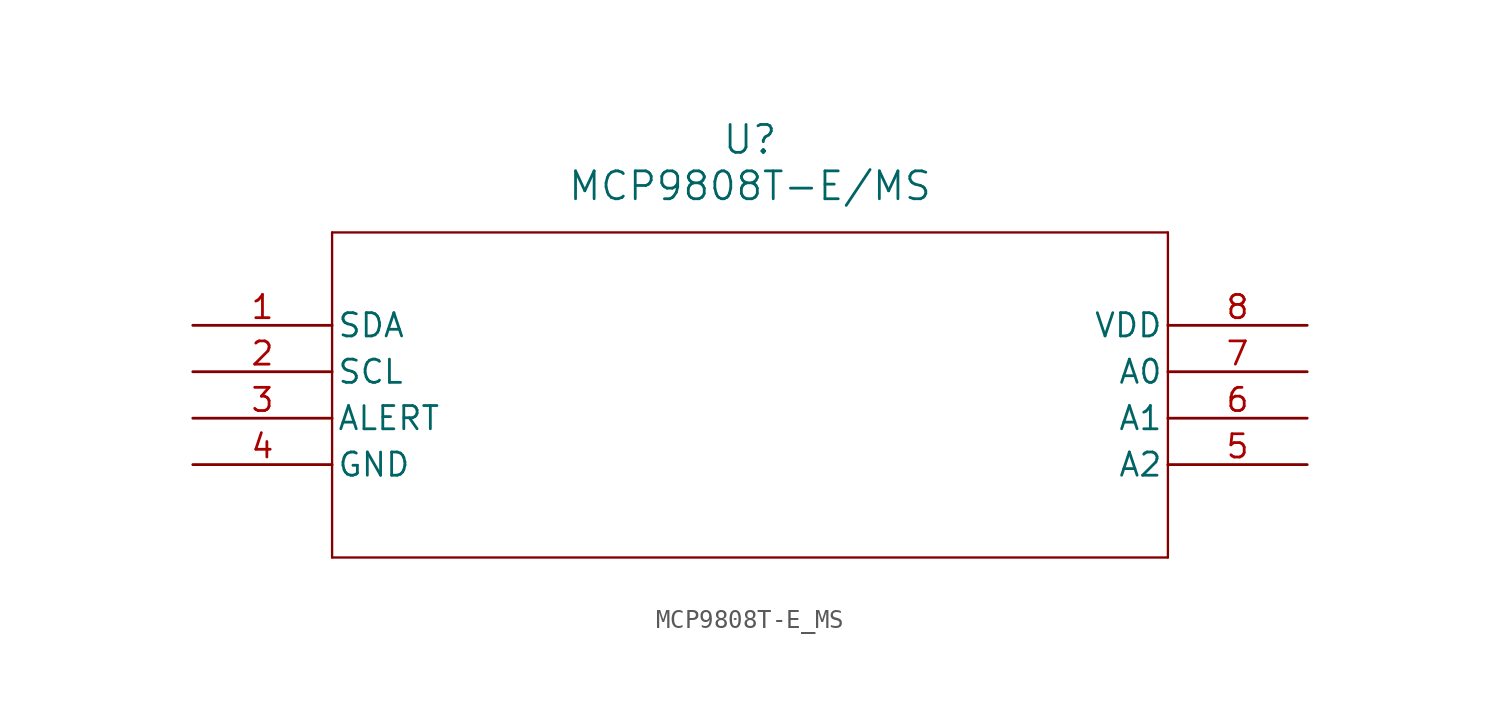
<source format=kicad_sym>
(kicad_symbol_lib
  (version 20211014)
  (generator kicad_symbol_editor)
  (symbol "MCP9808T-E_MS"
    (pin_names
      (offset 0.254))
    (property "Reference" "U"
      (at 30.48 10.16 0)
      (effects (font (size 1.524 1.524))))
    (property "Value" "MCP9808T-E/MS"
      (at 30.48 7.62 0)
      (effects (font (size 1.524 1.524))))
    (symbol "MCP9808T-E_MS_0_1"
      (polyline (pts (xy 7.62 5.08) (xy 7.62 -12.7)) (stroke (width 0.127) (type default) (color 0 0 0 0)) (fill (type none)))
      (polyline (pts (xy 7.62 -12.7) (xy 53.34 -12.7)) (stroke (width 0.127) (type default) (color 0 0 0 0)) (fill (type none)))
      (polyline (pts (xy 53.34 -12.7) (xy 53.34 5.08)) (stroke (width 0.127) (type default) (color 0 0 0 0)) (fill (type none)))
      (polyline (pts (xy 53.34 5.08) (xy 7.62 5.08)) (stroke (width 0.127) (type default) (color 0 0 0 0)) (fill (type none)))
      (pin unspecified line (at 0 0 0) (length 7.62) (name "SDA" (effects (font (size 1.27 1.27)))) (number "1" (effects (font (size 1.27 1.27)))))
      (pin unspecified line (at 0 -2.54 0) (length 7.62) (name "SCL" (effects (font (size 1.27 1.27)))) (number "2" (effects (font (size 1.27 1.27)))))
      (pin output line (at 0 -5.08 0) (length 7.62) (name "ALERT" (effects (font (size 1.27 1.27)))) (number "3" (effects (font (size 1.27 1.27)))))
      (pin power_in line (at 0 -7.62 0) (length 7.62) (name "GND" (effects (font (size 1.27 1.27)))) (number "4" (effects (font (size 1.27 1.27)))))
      (pin unspecified line (at 60.96 -7.62 180) (length 7.62) (name "A2" (effects (font (size 1.27 1.27)))) (number "5" (effects (font (size 1.27 1.27)))))
      (pin unspecified line (at 60.96 -5.08 180) (length 7.62) (name "A1" (effects (font (size 1.27 1.27)))) (number "6" (effects (font (size 1.27 1.27)))))
      (pin unspecified line (at 60.96 -2.54 180) (length 7.62) (name "A0" (effects (font (size 1.27 1.27)))) (number "7" (effects (font (size 1.27 1.27)))))
      (pin power_in line (at 60.96 0 180) (length 7.62) (name "VDD" (effects (font (size 1.27 1.27)))) (number "8" (effects (font (size 1.27 1.27))))))))
</source>
